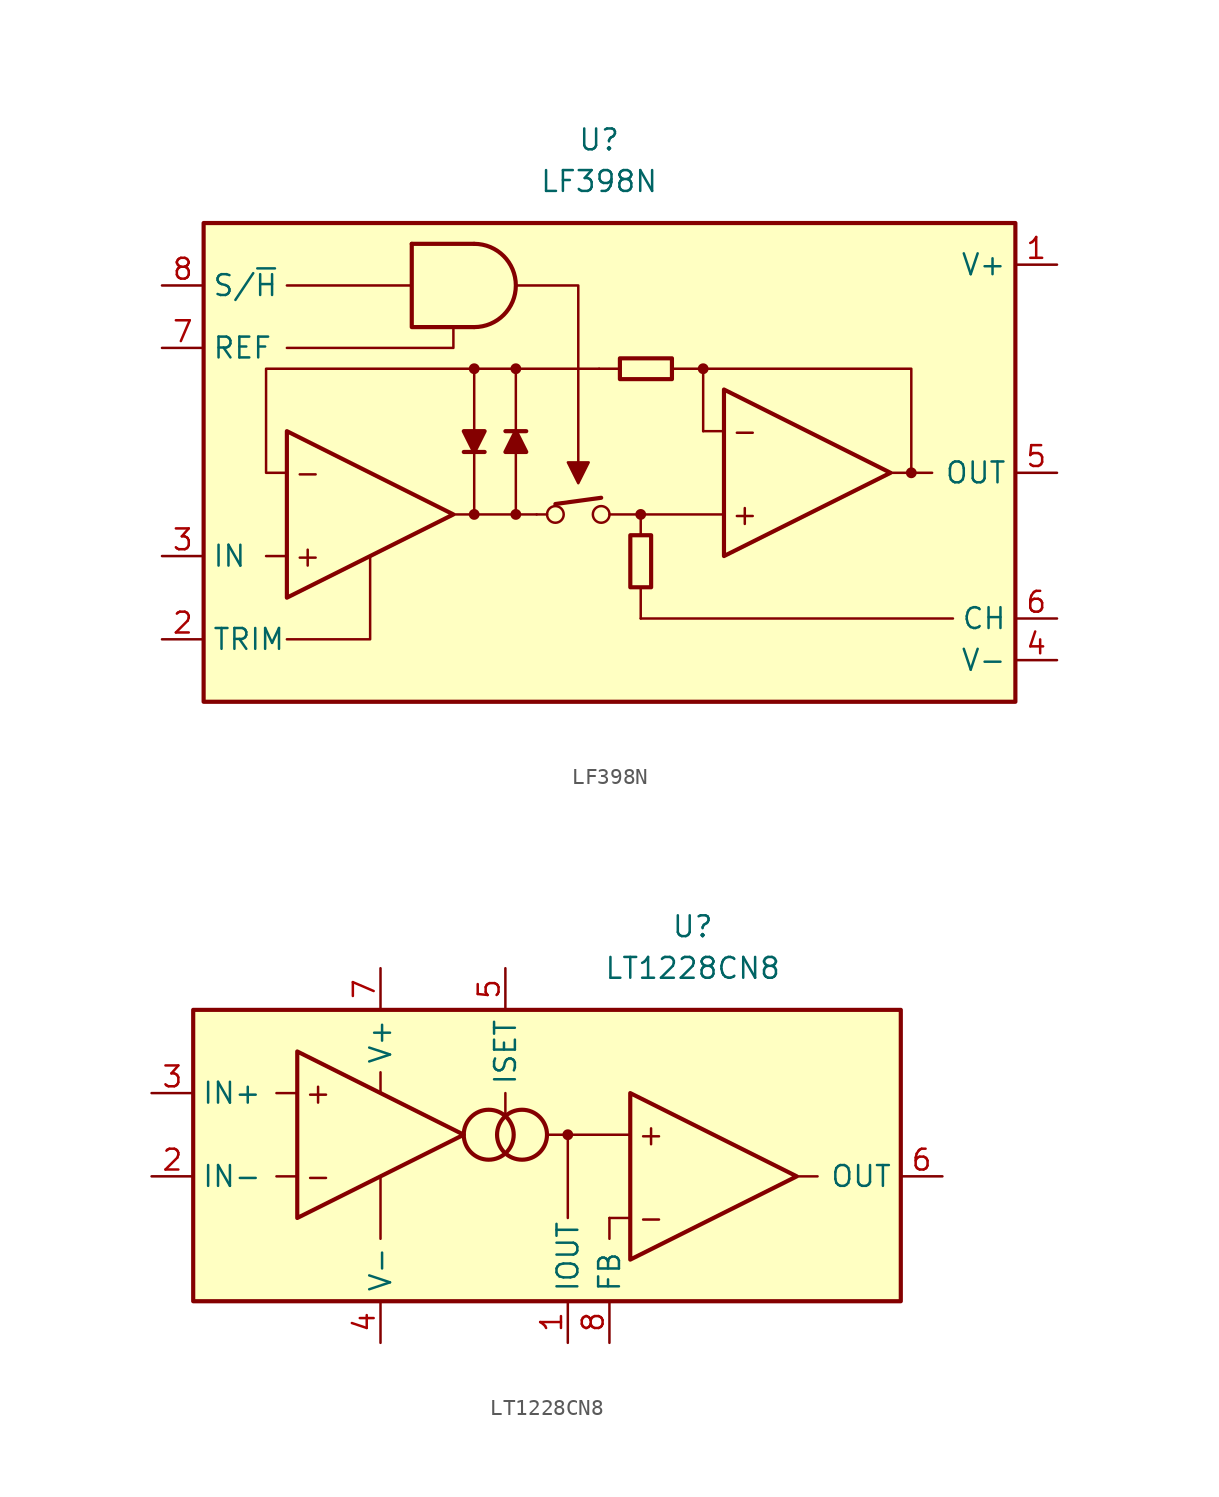
<source format=kicad_sym>
(kicad_symbol_lib
  (version 20211014)
  (generator kicad_symbol_editor)
  (symbol "LF398N"
    (property "Reference" "U"
      (at 0 20.32 0)
      (effects (font (size 1.27 1.27))))
    (property "Value" "LF398N"
      (at 0 17.78 0)
      (effects (font (size 1.27 1.27))))
    (symbol "LF398N_0_0"
      (circle (center -7.62 -2.54) (radius 0.254) (stroke (width 0.152) (type default) (color 0 0 0 0)) (fill (type outline)))
      (circle (center -7.62 6.35) (radius 0.254) (stroke (width 0.152) (type default) (color 0 0 0 0)) (fill (type outline)))
      (circle (center -5.08 -2.54) (radius 0.254) (stroke (width 0.152) (type default) (color 0 0 0 0)) (fill (type outline)))
      (circle (center -5.08 6.35) (radius 0.254) (stroke (width 0.152) (type default) (color 0 0 0 0)) (fill (type outline)))
      (circle (center -2.667 -2.54) (radius 0.508) (stroke (width 0) (type default) (color 0 0 0 0)) (fill (type none)))
      (polyline (pts (xy -19.05 -5.08) (xy -20.32 -5.08)) (stroke (width 0.152) (type default) (color 0 0 0 0)) (fill (type none)))
      (polyline (pts (xy -11.43 11.43) (xy -19.05 11.43)) (stroke (width 0.152) (type default) (color 0 0 0 0)) (fill (type none)))
      (polyline (pts (xy -3.81 -2.54) (xy -3.175 -2.54)) (stroke (width 0.152) (type default) (color 0 0 0 0)) (fill (type none)))
      (polyline (pts (xy -2.667 -1.905) (xy 0.127 -1.524)) (stroke (width 0.254) (type default) (color 0 0 0 0)) (fill (type none)))
      (polyline (pts (xy 1.27 6.35) (xy 0 6.35)) (stroke (width 0.152) (type default) (color 0 0 0 0)) (fill (type none)))
      (polyline (pts (xy 2.54 -6.985) (xy 2.54 -8.89)) (stroke (width 0.152) (type default) (color 0 0 0 0)) (fill (type none)))
      (polyline (pts (xy 17.78 0) (xy 19.05 0)) (stroke (width 0.152) (type default) (color 0 0 0 0)) (fill (type none)))
      (polyline (pts (xy 19.05 0) (xy 20.32 0)) (stroke (width 0.152) (type default) (color 0 0 0 0)) (fill (type none)))
      (polyline (pts (xy -19.05 -10.16) (xy -13.97 -10.16) (xy -13.97 -5.08)) (stroke (width 0.152) (type default) (color 0 0 0 0)) (fill (type none)))
      (polyline (pts (xy -8.89 8.89) (xy -8.89 7.62) (xy -19.05 7.62)) (stroke (width 0.152) (type default) (color 0 0 0 0)) (fill (type none)))
      (polyline (pts (xy -5.08 11.43) (xy -1.27 11.43) (xy -1.27 0)) (stroke (width 0.152) (type default) (color 0 0 0 0)) (fill (type none)))
      (polyline (pts (xy -1.27 -0.635) (xy -1.905 0.635) (xy -0.635 0.635) (xy -1.27 -0.635)) (stroke (width 0.152) (type default) (color 0 0 0 0)) (fill (type outline)))
      (circle (center 0.127 -2.54) (radius 0.508) (stroke (width 0) (type default) (color 0 0 0 0)) (fill (type none)))
      (circle (center 2.54 -2.54) (radius 0.254) (stroke (width 0.152) (type default) (color 0 0 0 0)) (fill (type outline)))
      (circle (center 6.35 6.35) (radius 0.254) (stroke (width 0.152) (type default) (color 0 0 0 0)) (fill (type outline)))
      (circle (center 19.05 0) (radius 0.254) (stroke (width 0.152) (type default) (color 0 0 0 0)) (fill (type outline)))
      (text "+" (at -17.78 -5.08 0) (effects (font (size 1.27 1.27))))
      (text "+" (at 8.89 -2.54 0) (effects (font (size 1.27 1.27))))
      (text "-" (at -17.78 0 0) (effects (font (size 1.27 1.27))))
      (text "-" (at 8.89 2.54 0) (effects (font (size 1.27 1.27)))))
    (symbol "LF398N_0_1"
      (rectangle (start -24.13 15.24) (end 25.4 -13.97) (stroke (width 0.254) (type default) (color 0 0 0 0)) (fill (type background)))
      (arc (start -7.62 8.89) (mid -5.08 11.43) (end -7.62 13.97) (stroke (width 0.254) (type default) (color 0 0 0 0)) (fill (type none)))
      (polyline (pts (xy -11.43 13.97) (xy -7.62 13.97)) (stroke (width 0.254) (type default) (color 0 0 0 0)) (fill (type none)))
      (polyline (pts (xy -8.255 1.27) (xy -6.985 1.27)) (stroke (width 0.254) (type default) (color 0 0 0 0)) (fill (type none)))
      (polyline (pts (xy -7.62 1.27) (xy -7.62 -2.54)) (stroke (width 0.152) (type default) (color 0 0 0 0)) (fill (type none)))
      (polyline (pts (xy -7.62 2.54) (xy -7.62 6.35)) (stroke (width 0.152) (type default) (color 0 0 0 0)) (fill (type none)))
      (polyline (pts (xy -5.08 1.27) (xy -5.08 -2.54)) (stroke (width 0.152) (type default) (color 0 0 0 0)) (fill (type none)))
      (polyline (pts (xy -5.08 2.54) (xy -5.08 6.35)) (stroke (width 0.152) (type default) (color 0 0 0 0)) (fill (type none)))
      (polyline (pts (xy -4.445 2.54) (xy -5.715 2.54)) (stroke (width 0.254) (type default) (color 0 0 0 0)) (fill (type none)))
      (polyline (pts (xy -3.81 -2.54) (xy -8.89 -2.54)) (stroke (width 0.152) (type default) (color 0 0 0 0)) (fill (type none)))
      (polyline (pts (xy 2.54 -8.89) (xy 21.59 -8.89)) (stroke (width 0.152) (type default) (color 0 0 0 0)) (fill (type none)))
      (polyline (pts (xy 2.54 -3.81) (xy 2.54 -2.54)) (stroke (width 0.152) (type default) (color 0 0 0 0)) (fill (type none)))
      (polyline (pts (xy 6.35 2.54) (xy 6.35 6.35)) (stroke (width 0.152) (type default) (color 0 0 0 0)) (fill (type none)))
      (polyline (pts (xy 7.62 -2.54) (xy 0.635 -2.54)) (stroke (width 0.152) (type default) (color 0 0 0 0)) (fill (type none)))
      (polyline (pts (xy 7.62 2.54) (xy 6.35 2.54)) (stroke (width 0.152) (type default) (color 0 0 0 0)) (fill (type none)))
      (polyline (pts (xy -11.43 13.97) (xy -11.43 8.89) (xy -7.62 8.89)) (stroke (width 0.254) (type default) (color 0 0 0 0)) (fill (type none)))
      (polyline (pts (xy 4.445 6.35) (xy 19.05 6.35) (xy 19.05 0)) (stroke (width 0.152) (type default) (color 0 0 0 0)) (fill (type none)))
      (polyline (pts (xy -19.05 2.54) (xy -19.05 -7.62) (xy -8.89 -2.54) (xy -19.05 2.54)) (stroke (width 0.254) (type default) (color 0 0 0 0)) (fill (type none)))
      (polyline (pts (xy -7.62 1.27) (xy -8.255 2.54) (xy -6.985 2.54) (xy -7.62 1.27)) (stroke (width 0.254) (type default) (color 0 0 0 0)) (fill (type outline)))
      (polyline (pts (xy -5.08 2.54) (xy -4.445 1.27) (xy -5.715 1.27) (xy -5.08 2.54)) (stroke (width 0.254) (type default) (color 0 0 0 0)) (fill (type outline)))
      (polyline (pts (xy 0 6.35) (xy -20.32 6.35) (xy -20.32 0) (xy -19.05 0)) (stroke (width 0.152) (type default) (color 0 0 0 0)) (fill (type none)))
      (polyline (pts (xy 7.62 5.08) (xy 7.62 -5.08) (xy 17.78 0) (xy 7.62 5.08)) (stroke (width 0.254) (type default) (color 0 0 0 0)) (fill (type none)))
      (rectangle (start 1.27 5.715) (end 4.445 6.985) (stroke (width 0.254) (type default) (color 0 0 0 0)) (fill (type none)))
      (rectangle (start 1.905 -3.81) (end 3.175 -6.985) (stroke (width 0.254) (type default) (color 0 0 0 0)) (fill (type none))))
    (symbol "LF398N_1_1"
      (pin power_in line (at 27.94 12.7 180) (length 2.54) (name "V+" (effects (font (size 1.27 1.27)))) (number "1" (effects (font (size 1.27 1.27)))))
      (pin passive line (at -26.67 -10.16 0) (length 2.54) (name "TRIM" (effects (font (size 1.27 1.27)))) (number "2" (effects (font (size 1.27 1.27)))))
      (pin input line (at -26.67 -5.08 0) (length 2.54) (name "IN" (effects (font (size 1.27 1.27)))) (number "3" (effects (font (size 1.27 1.27)))))
      (pin power_in line (at 27.94 -11.43 180) (length 2.54) (name "V-" (effects (font (size 1.27 1.27)))) (number "4" (effects (font (size 1.27 1.27)))))
      (pin output line (at 27.94 0 180) (length 2.54) (name "OUT" (effects (font (size 1.27 1.27)))) (number "5" (effects (font (size 1.27 1.27)))))
      (pin passive line (at 27.94 -8.89 180) (length 2.54) (name "CH" (effects (font (size 1.27 1.27)))) (number "6" (effects (font (size 1.27 1.27)))))
      (pin input line (at -26.67 7.62 0) (length 2.54) (name "REF" (effects (font (size 1.27 1.27)))) (number "7" (effects (font (size 1.27 1.27)))))
      (pin input line (at -26.67 11.43 0) (length 2.54) (name "S/~{H}" (effects (font (size 1.27 1.27)))) (number "8" (effects (font (size 1.27 1.27)))))))
  (symbol "LT1228CN8"
    (property "Reference" "U"
      (at 10.16 13.97 0)
      (effects (font (size 1.27 1.27))))
    (property "Value" "LT1228CN8"
      (at 10.16 11.43 0)
      (effects (font (size 1.27 1.27))))
    (symbol "LT1228CN8_0_0"
      (rectangle (start -20.32 8.89) (end 22.86 -8.89) (stroke (width 0.254) (type default) (color 0 0 0 0)) (fill (type background)))
      (circle (center -2.286 1.27) (radius 1.524) (stroke (width 0.254) (type default) (color 0 0 0 0)) (fill (type none)))
      (circle (center -0.254 1.27) (radius 1.524) (stroke (width 0.254) (type default) (color 0 0 0 0)) (fill (type none)))
      (polyline (pts (xy -13.97 -1.27) (xy -15.24 -1.27)) (stroke (width 0.152) (type default) (color 0 0 0 0)) (fill (type none)))
      (polyline (pts (xy -13.97 3.81) (xy -15.24 3.81)) (stroke (width 0.152) (type default) (color 0 0 0 0)) (fill (type none)))
      (polyline (pts (xy -8.89 -1.27) (xy -8.89 -5.08)) (stroke (width 0.152) (type default) (color 0 0 0 0)) (fill (type none)))
      (polyline (pts (xy -8.89 3.81) (xy -8.89 5.08)) (stroke (width 0.152) (type default) (color 0 0 0 0)) (fill (type none)))
      (polyline (pts (xy -1.27 3.81) (xy -1.27 2.54)) (stroke (width 0.152) (type default) (color 0 0 0 0)) (fill (type none)))
      (polyline (pts (xy 1.27 1.27) (xy 6.35 1.27)) (stroke (width 0.152) (type default) (color 0 0 0 0)) (fill (type none)))
      (polyline (pts (xy 2.54 1.27) (xy 2.54 -3.81)) (stroke (width 0.152) (type default) (color 0 0 0 0)) (fill (type none)))
      (polyline (pts (xy 5.08 -3.81) (xy 5.08 -5.08)) (stroke (width 0.152) (type default) (color 0 0 0 0)) (fill (type none)))
      (polyline (pts (xy 6.35 -3.81) (xy 5.08 -3.81)) (stroke (width 0.152) (type default) (color 0 0 0 0)) (fill (type none)))
      (polyline (pts (xy 16.51 -1.27) (xy 17.78 -1.27)) (stroke (width 0.152) (type default) (color 0 0 0 0)) (fill (type none)))
      (circle (center 2.54 1.27) (radius 0.254) (stroke (width 0.152) (type default) (color 0 0 0 0)) (fill (type outline)))
      (text "+" (at -12.7 3.81 0) (effects (font (size 1.27 1.27))))
      (text "+" (at 7.62 1.27 0) (effects (font (size 1.27 1.27))))
      (text "-" (at -12.7 -1.27 0) (effects (font (size 1.27 1.27))))
      (text "-" (at 7.62 -3.81 0) (effects (font (size 1.27 1.27)))))
    (symbol "LT1228CN8_0_1"
      (polyline (pts (xy -13.97 6.35) (xy -13.97 -3.81) (xy -3.81 1.27) (xy -13.97 6.35)) (stroke (width 0.254) (type default) (color 0 0 0 0)) (fill (type none)))
      (polyline (pts (xy 6.35 3.81) (xy 6.35 -6.35) (xy 16.51 -1.27) (xy 6.35 3.81)) (stroke (width 0.254) (type default) (color 0 0 0 0)) (fill (type none))))
    (symbol "LT1228CN8_1_1"
      (pin output line (at 2.54 -11.43 90) (length 2.54) (name "IOUT" (effects (font (size 1.27 1.27)))) (number "1" (effects (font (size 1.27 1.27)))))
      (pin input line (at -22.86 -1.27 0) (length 2.54) (name "IN-" (effects (font (size 1.27 1.27)))) (number "2" (effects (font (size 1.27 1.27)))))
      (pin input line (at -22.86 3.81 0) (length 2.54) (name "IN+" (effects (font (size 1.27 1.27)))) (number "3" (effects (font (size 1.27 1.27)))))
      (pin power_in line (at -8.89 -11.43 90) (length 2.54) (name "V-" (effects (font (size 1.27 1.27)))) (number "4" (effects (font (size 1.27 1.27)))))
      (pin passive line (at -1.27 11.43 270) (length 2.54) (name "ISET" (effects (font (size 1.27 1.27)))) (number "5" (effects (font (size 1.27 1.27)))))
      (pin output line (at 25.4 -1.27 180) (length 2.54) (name "OUT" (effects (font (size 1.27 1.27)))) (number "6" (effects (font (size 1.27 1.27)))))
      (pin power_in line (at -8.89 11.43 270) (length 2.54) (name "V+" (effects (font (size 1.27 1.27)))) (number "7" (effects (font (size 1.27 1.27)))))
      (pin input line (at 5.08 -11.43 90) (length 2.54) (name "FB" (effects (font (size 1.27 1.27)))) (number "8" (effects (font (size 1.27 1.27))))))))
</source>
